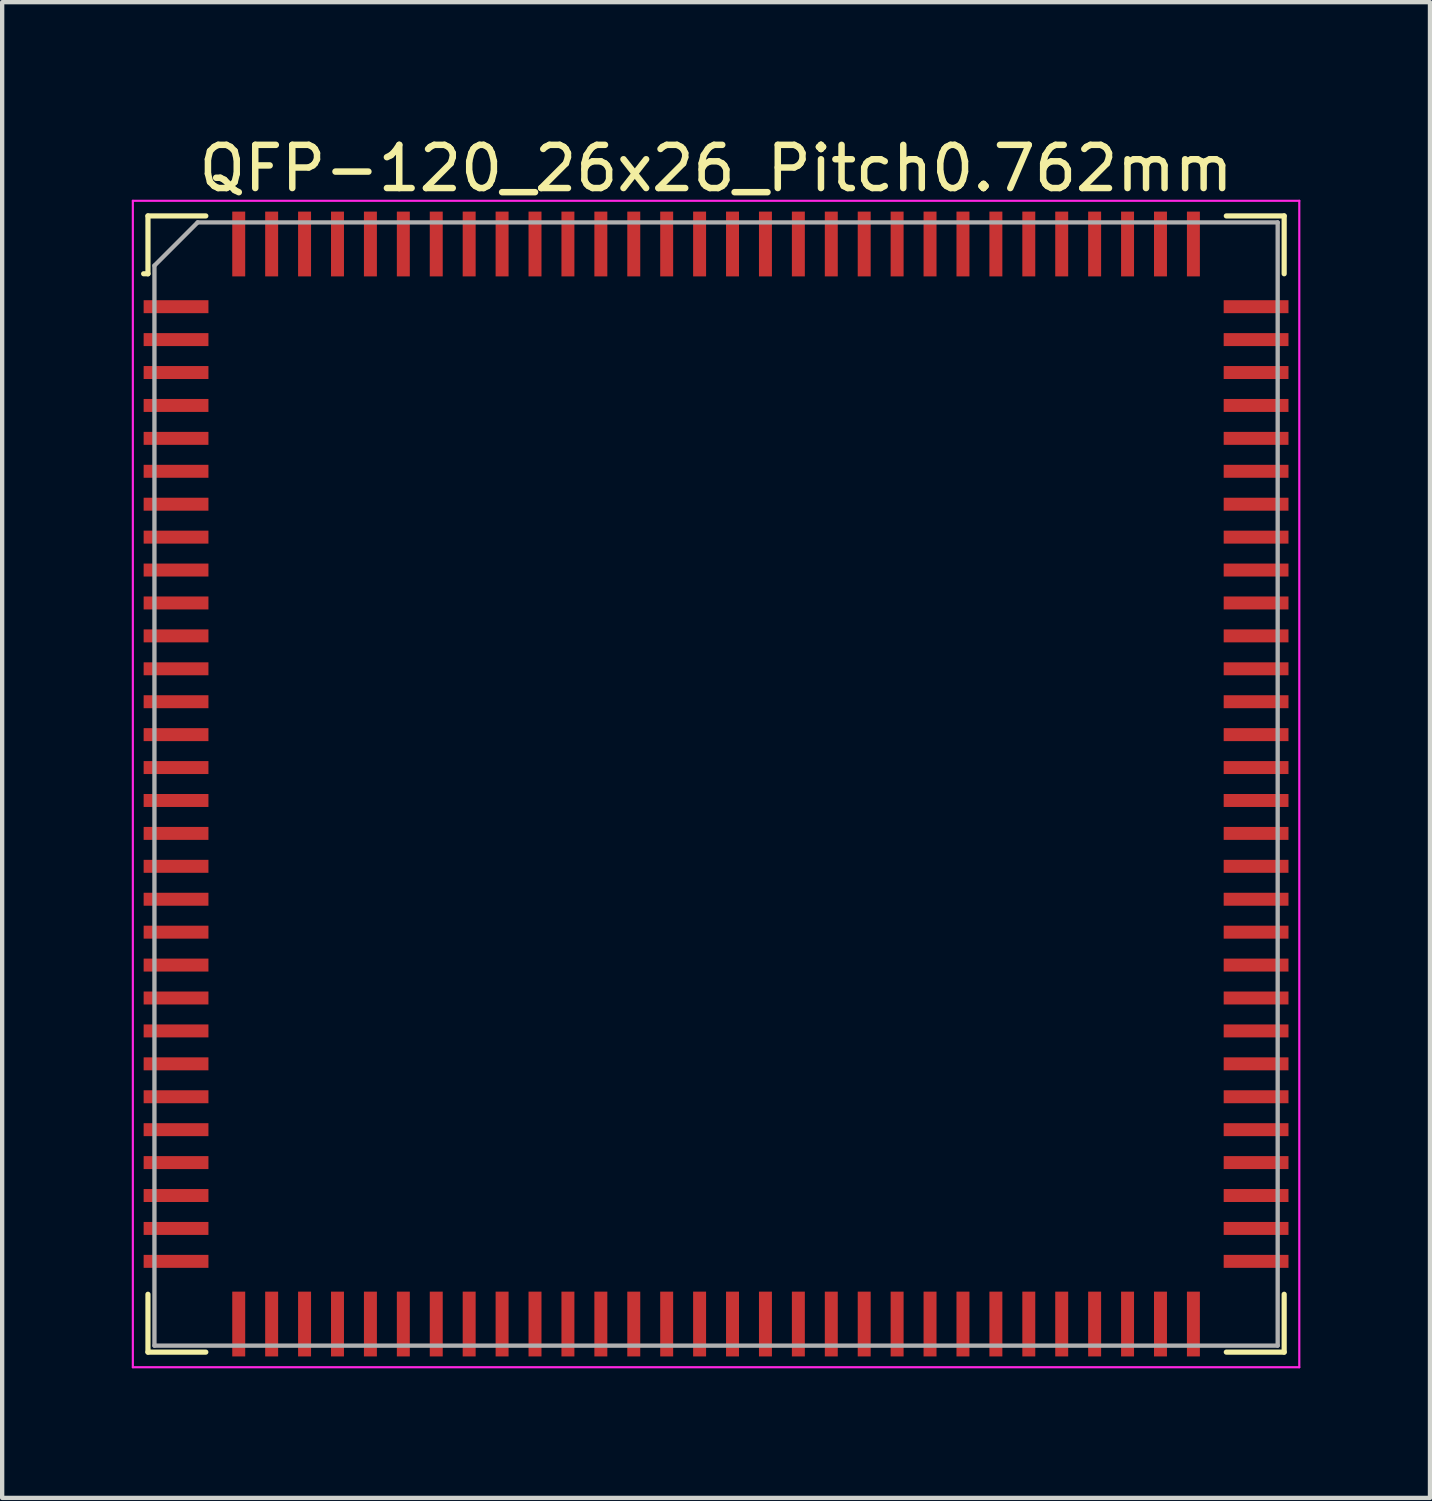
<source format=kicad_pcb>
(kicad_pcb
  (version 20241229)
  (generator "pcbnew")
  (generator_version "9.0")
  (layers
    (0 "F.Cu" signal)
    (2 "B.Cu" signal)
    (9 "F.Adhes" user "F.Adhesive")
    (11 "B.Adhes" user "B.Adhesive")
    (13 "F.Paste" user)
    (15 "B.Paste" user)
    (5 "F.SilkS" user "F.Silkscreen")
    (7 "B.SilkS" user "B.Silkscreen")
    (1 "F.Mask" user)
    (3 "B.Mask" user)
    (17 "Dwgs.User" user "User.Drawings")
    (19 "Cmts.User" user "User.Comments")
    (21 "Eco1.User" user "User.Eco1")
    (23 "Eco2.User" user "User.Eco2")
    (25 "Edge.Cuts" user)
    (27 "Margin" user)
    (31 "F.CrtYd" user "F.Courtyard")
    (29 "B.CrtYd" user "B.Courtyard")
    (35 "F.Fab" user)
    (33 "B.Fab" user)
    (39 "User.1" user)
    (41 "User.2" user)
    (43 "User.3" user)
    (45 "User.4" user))
  (footprint "QFP-120_26x26_Pitch0.762mm"
    (layer "F.Cu")
    (at 13.525 15.098)
    (property "Reference" "QFP-120_26x26_Pitch0.762mm" (at 0 -14.25 0) (layer "F.SilkS") (effects (font (size 1 1) (thickness 0.15))))
    (attr smd)
    (fp_line (start -13.15 -13.15) (end -13.15 -11.811) (stroke (width 0.12) (type default)) (layer "F.SilkS"))
    (fp_line (start -13.15 -11.811) (end -13.25 -11.811) (stroke (width 0.12) (type default)) (layer "F.SilkS"))
    (fp_line (start -13.15 13.15) (end -13.15 11.811) (stroke (width 0.12) (type default)) (layer "F.SilkS"))
    (fp_line (start -11.811 -13.15) (end -13.15 -13.15) (stroke (width 0.12) (type default)) (layer "F.SilkS"))
    (fp_line (start -11.811 13.15) (end -13.15 13.15) (stroke (width 0.12) (type default)) (layer "F.SilkS"))
    (fp_line (start 11.811 -13.15) (end 13.15 -13.15) (stroke (width 0.12) (type default)) (layer "F.SilkS"))
    (fp_line (start 11.811 13.15) (end 13.15 13.15) (stroke (width 0.12) (type default)) (layer "F.SilkS"))
    (fp_line (start 13.15 -13.15) (end 13.15 -11.811) (stroke (width 0.12) (type default)) (layer "F.SilkS"))
    (fp_line (start 13.15 13.15) (end 13.15 11.811) (stroke (width 0.12) (type default)) (layer "F.SilkS"))
    (fp_line (start -13.5 -13.5) (end 13.5 -13.5) (stroke (width 0.05) (type default)) (layer "F.CrtYd"))
    (fp_line (start -13.5 13.5) (end -13.5 -13.5) (stroke (width 0.05) (type default)) (layer "F.CrtYd"))
    (fp_line (start 13.5 -13.5) (end 13.5 13.5) (stroke (width 0.05) (type default)) (layer "F.CrtYd"))
    (fp_line (start 13.5 13.5) (end -13.5 13.5) (stroke (width 0.05) (type default)) (layer "F.CrtYd"))
    (fp_line (start -13 -12) (end -13 13) (stroke (width 0.1) (type default)) (layer "F.Fab"))
    (fp_line (start -13 13) (end 13 13) (stroke (width 0.1) (type default)) (layer "F.Fab"))
    (fp_line (start -12 -13) (end -13 -12) (stroke (width 0.1) (type default)) (layer "F.Fab"))
    (fp_line (start 13 -13) (end -12 -13) (stroke (width 0.1) (type default)) (layer "F.Fab"))
    (fp_line (start 13 13) (end 13 -13) (stroke (width 0.1) (type default)) (layer "F.Fab"))
    (pad "1" smd rect (at -12.5 -11.049 90) (size 0.3 1.5) (layers "F.Cu" "F.Mask" "F.Paste"))
    (pad "2" smd rect (at -12.5 -10.287 90) (size 0.3 1.5) (layers "F.Cu" "F.Mask" "F.Paste"))
    (pad "3" smd rect (at -12.5 -9.525 90) (size 0.3 1.5) (layers "F.Cu" "F.Mask" "F.Paste"))
    (pad "4" smd rect (at -12.5 -8.763 90) (size 0.3 1.5) (layers "F.Cu" "F.Mask" "F.Paste"))
    (pad "5" smd rect (at -12.5 -8.001 90) (size 0.3 1.5) (layers "F.Cu" "F.Mask" "F.Paste"))
    (pad "6" smd rect (at -12.5 -7.239 90) (size 0.3 1.5) (layers "F.Cu" "F.Mask" "F.Paste"))
    (pad "7" smd rect (at -12.5 -6.477 90) (size 0.3 1.5) (layers "F.Cu" "F.Mask" "F.Paste"))
    (pad "8" smd rect (at -12.5 -5.715 90) (size 0.3 1.5) (layers "F.Cu" "F.Mask" "F.Paste"))
    (pad "9" smd rect (at -12.5 -4.953 90) (size 0.3 1.5) (layers "F.Cu" "F.Mask" "F.Paste"))
    (pad "10" smd rect (at -12.5 -4.191 90) (size 0.3 1.5) (layers "F.Cu" "F.Mask" "F.Paste"))
    (pad "11" smd rect (at -12.5 -3.429 90) (size 0.3 1.5) (layers "F.Cu" "F.Mask" "F.Paste"))
    (pad "12" smd rect (at -12.5 -2.667 90) (size 0.3 1.5) (layers "F.Cu" "F.Mask" "F.Paste"))
    (pad "13" smd rect (at -12.5 -1.905 90) (size 0.3 1.5) (layers "F.Cu" "F.Mask" "F.Paste"))
    (pad "14" smd rect (at -12.5 -1.143 90) (size 0.3 1.5) (layers "F.Cu" "F.Mask" "F.Paste"))
    (pad "15" smd rect (at -12.5 -0.381 90) (size 0.3 1.5) (layers "F.Cu" "F.Mask" "F.Paste"))
    (pad "16" smd rect (at -12.5 0.381 90) (size 0.3 1.5) (layers "F.Cu" "F.Mask" "F.Paste"))
    (pad "17" smd rect (at -12.5 1.143 90) (size 0.3 1.5) (layers "F.Cu" "F.Mask" "F.Paste"))
    (pad "18" smd rect (at -12.5 1.905 90) (size 0.3 1.5) (layers "F.Cu" "F.Mask" "F.Paste"))
    (pad "19" smd rect (at -12.5 2.667 90) (size 0.3 1.5) (layers "F.Cu" "F.Mask" "F.Paste"))
    (pad "20" smd rect (at -12.5 3.429 90) (size 0.3 1.5) (layers "F.Cu" "F.Mask" "F.Paste"))
    (pad "21" smd rect (at -12.5 4.191 90) (size 0.3 1.5) (layers "F.Cu" "F.Mask" "F.Paste"))
    (pad "22" smd rect (at -12.5 4.953 90) (size 0.3 1.5) (layers "F.Cu" "F.Mask" "F.Paste"))
    (pad "23" smd rect (at -12.5 5.715 90) (size 0.3 1.5) (layers "F.Cu" "F.Mask" "F.Paste"))
    (pad "24" smd rect (at -12.5 6.477 90) (size 0.3 1.5) (layers "F.Cu" "F.Mask" "F.Paste"))
    (pad "25" smd rect (at -12.5 7.239 90) (size 0.3 1.5) (layers "F.Cu" "F.Mask" "F.Paste"))
    (pad "26" smd rect (at -12.5 8.001 90) (size 0.3 1.5) (layers "F.Cu" "F.Mask" "F.Paste"))
    (pad "27" smd rect (at -12.5 8.763 90) (size 0.3 1.5) (layers "F.Cu" "F.Mask" "F.Paste"))
    (pad "28" smd rect (at -12.5 9.525 90) (size 0.3 1.5) (layers "F.Cu" "F.Mask" "F.Paste"))
    (pad "29" smd rect (at -12.5 10.287 90) (size 0.3 1.5) (layers "F.Cu" "F.Mask" "F.Paste"))
    (pad "30" smd rect (at -12.5 11.049 90) (size 0.3 1.5) (layers "F.Cu" "F.Mask" "F.Paste"))
    (pad "31" smd rect (at -11.049 12.5) (size 0.3 1.5) (layers "F.Cu" "F.Mask" "F.Paste"))
    (pad "32" smd rect (at -10.287 12.5) (size 0.3 1.5) (layers "F.Cu" "F.Mask" "F.Paste"))
    (pad "33" smd rect (at -9.525 12.5) (size 0.3 1.5) (layers "F.Cu" "F.Mask" "F.Paste"))
    (pad "34" smd rect (at -8.763 12.5) (size 0.3 1.5) (layers "F.Cu" "F.Mask" "F.Paste"))
    (pad "35" smd rect (at -8.001 12.5) (size 0.3 1.5) (layers "F.Cu" "F.Mask" "F.Paste"))
    (pad "36" smd rect (at -7.239 12.5) (size 0.3 1.5) (layers "F.Cu" "F.Mask" "F.Paste"))
    (pad "37" smd rect (at -6.477 12.5) (size 0.3 1.5) (layers "F.Cu" "F.Mask" "F.Paste"))
    (pad "38" smd rect (at -5.715 12.5) (size 0.3 1.5) (layers "F.Cu" "F.Mask" "F.Paste"))
    (pad "39" smd rect (at -4.953 12.5) (size 0.3 1.5) (layers "F.Cu" "F.Mask" "F.Paste"))
    (pad "40" smd rect (at -4.191 12.5) (size 0.3 1.5) (layers "F.Cu" "F.Mask" "F.Paste"))
    (pad "41" smd rect (at -3.429 12.5) (size 0.3 1.5) (layers "F.Cu" "F.Mask" "F.Paste"))
    (pad "42" smd rect (at -2.667 12.5) (size 0.3 1.5) (layers "F.Cu" "F.Mask" "F.Paste"))
    (pad "43" smd rect (at -1.905 12.5) (size 0.3 1.5) (layers "F.Cu" "F.Mask" "F.Paste"))
    (pad "44" smd rect (at -1.143 12.5) (size 0.3 1.5) (layers "F.Cu" "F.Mask" "F.Paste"))
    (pad "45" smd rect (at -0.381 12.5) (size 0.3 1.5) (layers "F.Cu" "F.Mask" "F.Paste"))
    (pad "46" smd rect (at 0.381 12.5) (size 0.3 1.5) (layers "F.Cu" "F.Mask" "F.Paste"))
    (pad "47" smd rect (at 1.143 12.5) (size 0.3 1.5) (layers "F.Cu" "F.Mask" "F.Paste"))
    (pad "48" smd rect (at 1.905 12.5) (size 0.3 1.5) (layers "F.Cu" "F.Mask" "F.Paste"))
    (pad "49" smd rect (at 2.667 12.5) (size 0.3 1.5) (layers "F.Cu" "F.Mask" "F.Paste"))
    (pad "50" smd rect (at 3.429 12.5) (size 0.3 1.5) (layers "F.Cu" "F.Mask" "F.Paste"))
    (pad "51" smd rect (at 4.191 12.5) (size 0.3 1.5) (layers "F.Cu" "F.Mask" "F.Paste"))
    (pad "52" smd rect (at 4.953 12.5) (size 0.3 1.5) (layers "F.Cu" "F.Mask" "F.Paste"))
    (pad "53" smd rect (at 5.715 12.5) (size 0.3 1.5) (layers "F.Cu" "F.Mask" "F.Paste"))
    (pad "54" smd rect (at 6.477 12.5) (size 0.3 1.5) (layers "F.Cu" "F.Mask" "F.Paste"))
    (pad "55" smd rect (at 7.239 12.5) (size 0.3 1.5) (layers "F.Cu" "F.Mask" "F.Paste"))
    (pad "56" smd rect (at 8.001 12.5) (size 0.3 1.5) (layers "F.Cu" "F.Mask" "F.Paste"))
    (pad "57" smd rect (at 8.763 12.5) (size 0.3 1.5) (layers "F.Cu" "F.Mask" "F.Paste"))
    (pad "58" smd rect (at 9.525 12.5) (size 0.3 1.5) (layers "F.Cu" "F.Mask" "F.Paste"))
    (pad "59" smd rect (at 10.287 12.5) (size 0.3 1.5) (layers "F.Cu" "F.Mask" "F.Paste"))
    (pad "60" smd rect (at 11.049 12.5) (size 0.3 1.5) (layers "F.Cu" "F.Mask" "F.Paste"))
    (pad "61" smd rect (at 12.5 11.049 90) (size 0.3 1.5) (layers "F.Cu" "F.Mask" "F.Paste"))
    (pad "62" smd rect (at 12.5 10.287 90) (size 0.3 1.5) (layers "F.Cu" "F.Mask" "F.Paste"))
    (pad "63" smd rect (at 12.5 9.525 90) (size 0.3 1.5) (layers "F.Cu" "F.Mask" "F.Paste"))
    (pad "64" smd rect (at 12.5 8.763 90) (size 0.3 1.5) (layers "F.Cu" "F.Mask" "F.Paste"))
    (pad "65" smd rect (at 12.5 8.001 90) (size 0.3 1.5) (layers "F.Cu" "F.Mask" "F.Paste"))
    (pad "66" smd rect (at 12.5 7.239 90) (size 0.3 1.5) (layers "F.Cu" "F.Mask" "F.Paste"))
    (pad "67" smd rect (at 12.5 6.477 90) (size 0.3 1.5) (layers "F.Cu" "F.Mask" "F.Paste"))
    (pad "68" smd rect (at 12.5 5.715 90) (size 0.3 1.5) (layers "F.Cu" "F.Mask" "F.Paste"))
    (pad "69" smd rect (at 12.5 4.953 90) (size 0.3 1.5) (layers "F.Cu" "F.Mask" "F.Paste"))
    (pad "70" smd rect (at 12.5 4.191 90) (size 0.3 1.5) (layers "F.Cu" "F.Mask" "F.Paste"))
    (pad "71" smd rect (at 12.5 3.429 90) (size 0.3 1.5) (layers "F.Cu" "F.Mask" "F.Paste"))
    (pad "72" smd rect (at 12.5 2.667 90) (size 0.3 1.5) (layers "F.Cu" "F.Mask" "F.Paste"))
    (pad "73" smd rect (at 12.5 1.905 90) (size 0.3 1.5) (layers "F.Cu" "F.Mask" "F.Paste"))
    (pad "74" smd rect (at 12.5 1.143 90) (size 0.3 1.5) (layers "F.Cu" "F.Mask" "F.Paste"))
    (pad "75" smd rect (at 12.5 0.381 90) (size 0.3 1.5) (layers "F.Cu" "F.Mask" "F.Paste"))
    (pad "76" smd rect (at 12.5 -0.381 90) (size 0.3 1.5) (layers "F.Cu" "F.Mask" "F.Paste"))
    (pad "77" smd rect (at 12.5 -1.143 90) (size 0.3 1.5) (layers "F.Cu" "F.Mask" "F.Paste"))
    (pad "78" smd rect (at 12.5 -1.905 90) (size 0.3 1.5) (layers "F.Cu" "F.Mask" "F.Paste"))
    (pad "79" smd rect (at 12.5 -2.667 90) (size 0.3 1.5) (layers "F.Cu" "F.Mask" "F.Paste"))
    (pad "80" smd rect (at 12.5 -3.429 90) (size 0.3 1.5) (layers "F.Cu" "F.Mask" "F.Paste"))
    (pad "81" smd rect (at 12.5 -4.191 90) (size 0.3 1.5) (layers "F.Cu" "F.Mask" "F.Paste"))
    (pad "82" smd rect (at 12.5 -4.953 90) (size 0.3 1.5) (layers "F.Cu" "F.Mask" "F.Paste"))
    (pad "83" smd rect (at 12.5 -5.715 90) (size 0.3 1.5) (layers "F.Cu" "F.Mask" "F.Paste"))
    (pad "84" smd rect (at 12.5 -6.477 90) (size 0.3 1.5) (layers "F.Cu" "F.Mask" "F.Paste"))
    (pad "85" smd rect (at 12.5 -7.239 90) (size 0.3 1.5) (layers "F.Cu" "F.Mask" "F.Paste"))
    (pad "86" smd rect (at 12.5 -8.001 90) (size 0.3 1.5) (layers "F.Cu" "F.Mask" "F.Paste"))
    (pad "87" smd rect (at 12.5 -8.763 90) (size 0.3 1.5) (layers "F.Cu" "F.Mask" "F.Paste"))
    (pad "88" smd rect (at 12.5 -9.525 90) (size 0.3 1.5) (layers "F.Cu" "F.Mask" "F.Paste"))
    (pad "89" smd rect (at 12.5 -10.287 90) (size 0.3 1.5) (layers "F.Cu" "F.Mask" "F.Paste"))
    (pad "90" smd rect (at 12.5 -11.049 90) (size 0.3 1.5) (layers "F.Cu" "F.Mask" "F.Paste"))
    (pad "91" smd rect (at 11.049 -12.5) (size 0.3 1.5) (layers "F.Cu" "F.Mask" "F.Paste"))
    (pad "92" smd rect (at 10.287 -12.5) (size 0.3 1.5) (layers "F.Cu" "F.Mask" "F.Paste"))
    (pad "93" smd rect (at 9.525 -12.5) (size 0.3 1.5) (layers "F.Cu" "F.Mask" "F.Paste"))
    (pad "94" smd rect (at 8.763 -12.5) (size 0.3 1.5) (layers "F.Cu" "F.Mask" "F.Paste"))
    (pad "95" smd rect (at 8.001 -12.5) (size 0.3 1.5) (layers "F.Cu" "F.Mask" "F.Paste"))
    (pad "96" smd rect (at 7.239 -12.5) (size 0.3 1.5) (layers "F.Cu" "F.Mask" "F.Paste"))
    (pad "97" smd rect (at 6.477 -12.5) (size 0.3 1.5) (layers "F.Cu" "F.Mask" "F.Paste"))
    (pad "98" smd rect (at 5.715 -12.5) (size 0.3 1.5) (layers "F.Cu" "F.Mask" "F.Paste"))
    (pad "99" smd rect (at 4.953 -12.5) (size 0.3 1.5) (layers "F.Cu" "F.Mask" "F.Paste"))
    (pad "100" smd rect (at 4.191 -12.5) (size 0.3 1.5) (layers "F.Cu" "F.Mask" "F.Paste"))
    (pad "101" smd rect (at 3.429 -12.5) (size 0.3 1.5) (layers "F.Cu" "F.Mask" "F.Paste"))
    (pad "102" smd rect (at 2.667 -12.5) (size 0.3 1.5) (layers "F.Cu" "F.Mask" "F.Paste"))
    (pad "103" smd rect (at 1.905 -12.5) (size 0.3 1.5) (layers "F.Cu" "F.Mask" "F.Paste"))
    (pad "104" smd rect (at 1.143 -12.5) (size 0.3 1.5) (layers "F.Cu" "F.Mask" "F.Paste"))
    (pad "105" smd rect (at 0.381 -12.5) (size 0.3 1.5) (layers "F.Cu" "F.Mask" "F.Paste"))
    (pad "106" smd rect (at -0.381 -12.5) (size 0.3 1.5) (layers "F.Cu" "F.Mask" "F.Paste"))
    (pad "107" smd rect (at -1.143 -12.5) (size 0.3 1.5) (layers "F.Cu" "F.Mask" "F.Paste"))
    (pad "108" smd rect (at -1.905 -12.5) (size 0.3 1.5) (layers "F.Cu" "F.Mask" "F.Paste"))
    (pad "109" smd rect (at -2.667 -12.5) (size 0.3 1.5) (layers "F.Cu" "F.Mask" "F.Paste"))
    (pad "110" smd rect (at -3.429 -12.5) (size 0.3 1.5) (layers "F.Cu" "F.Mask" "F.Paste"))
    (pad "111" smd rect (at -4.191 -12.5) (size 0.3 1.5) (layers "F.Cu" "F.Mask" "F.Paste"))
    (pad "112" smd rect (at -4.953 -12.5) (size 0.3 1.5) (layers "F.Cu" "F.Mask" "F.Paste"))
    (pad "113" smd rect (at -5.715 -12.5) (size 0.3 1.5) (layers "F.Cu" "F.Mask" "F.Paste"))
    (pad "114" smd rect (at -6.477 -12.5) (size 0.3 1.5) (layers "F.Cu" "F.Mask" "F.Paste"))
    (pad "115" smd rect (at -7.239 -12.5) (size 0.3 1.5) (layers "F.Cu" "F.Mask" "F.Paste"))
    (pad "116" smd rect (at -8.001 -12.5) (size 0.3 1.5) (layers "F.Cu" "F.Mask" "F.Paste"))
    (pad "117" smd rect (at -8.763 -12.5) (size 0.3 1.5) (layers "F.Cu" "F.Mask" "F.Paste"))
    (pad "118" smd rect (at -9.525 -12.5) (size 0.3 1.5) (layers "F.Cu" "F.Mask" "F.Paste"))
    (pad "119" smd rect (at -10.287 -12.5) (size 0.3 1.5) (layers "F.Cu" "F.Mask" "F.Paste"))
    (pad "120" smd rect (at -11.049 -12.5) (size 0.3 1.5) (layers "F.Cu" "F.Mask" "F.Paste")))
  (gr_rect
    (start -3 -3)
    (end 30.05 31.623)
    (stroke (width 0.1) (type default))
    (fill no)
    (layer "Edge.Cuts")))
</source>
